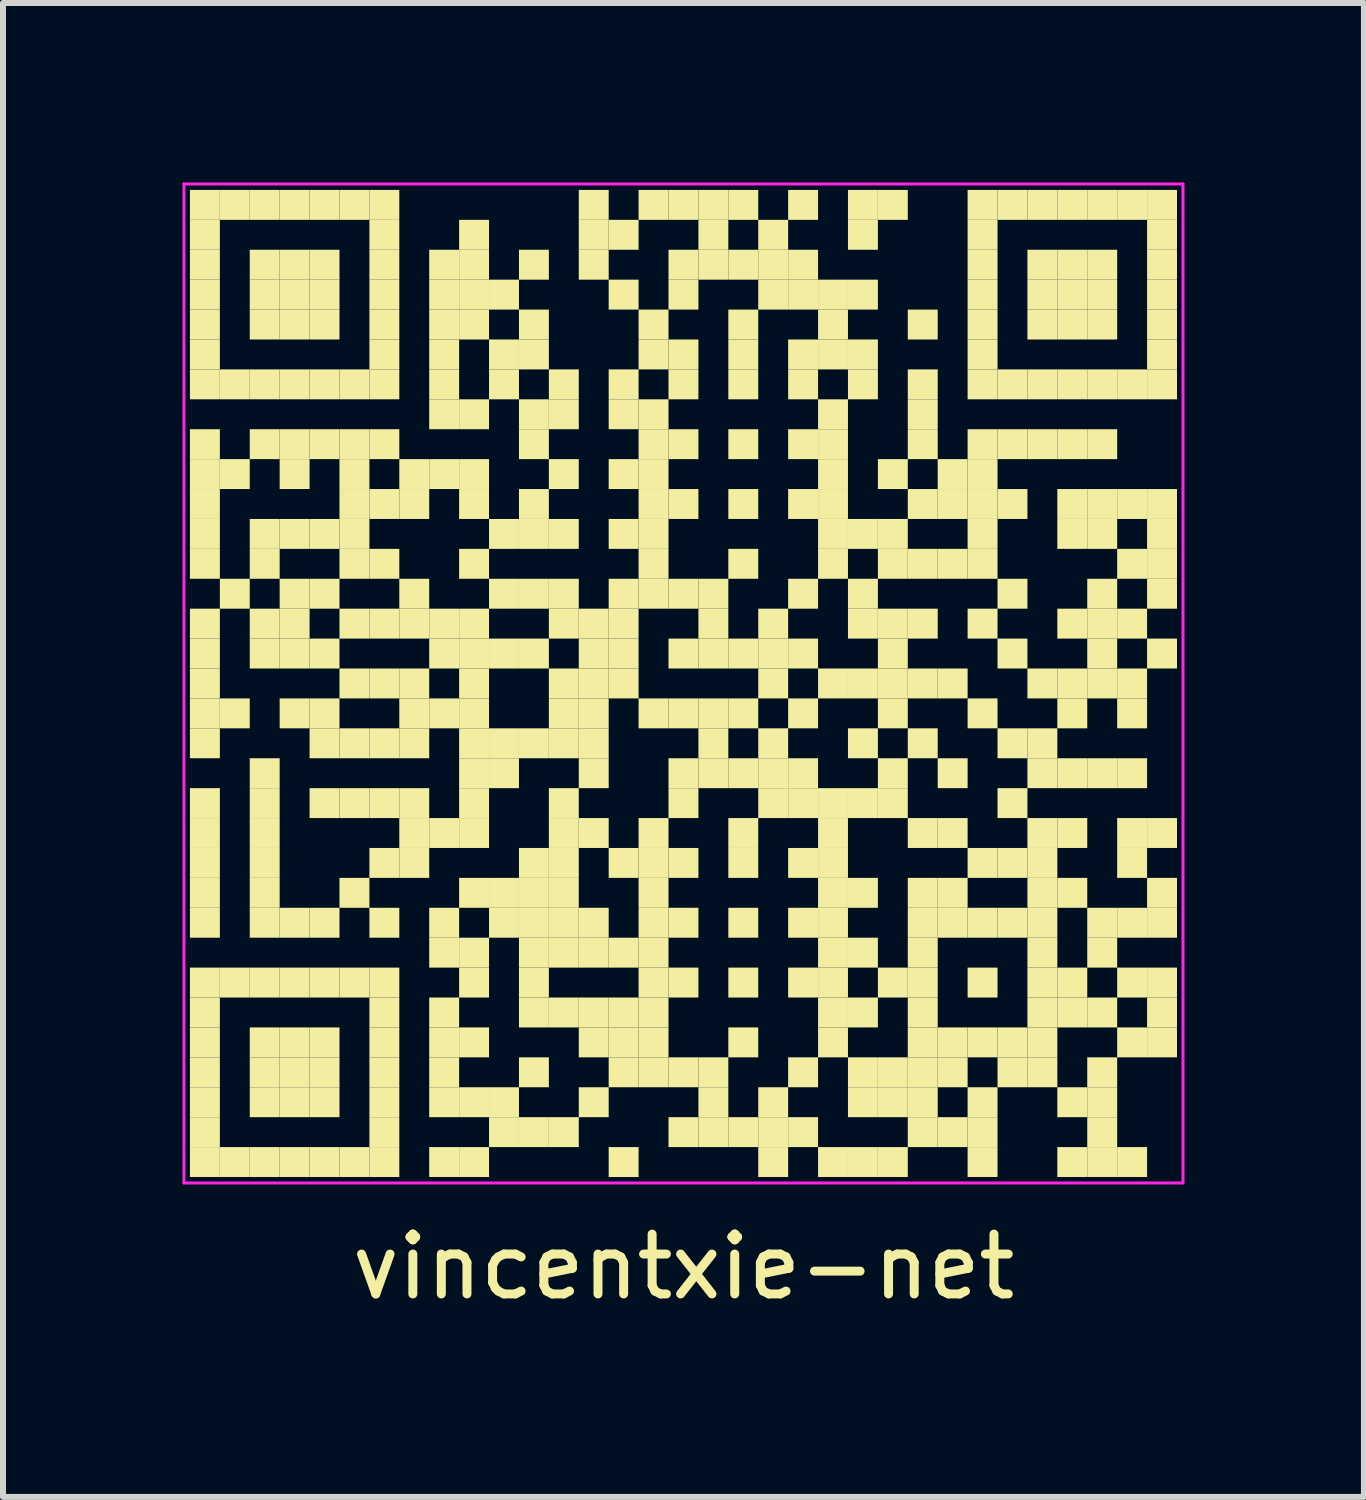
<source format=kicad_pcb>
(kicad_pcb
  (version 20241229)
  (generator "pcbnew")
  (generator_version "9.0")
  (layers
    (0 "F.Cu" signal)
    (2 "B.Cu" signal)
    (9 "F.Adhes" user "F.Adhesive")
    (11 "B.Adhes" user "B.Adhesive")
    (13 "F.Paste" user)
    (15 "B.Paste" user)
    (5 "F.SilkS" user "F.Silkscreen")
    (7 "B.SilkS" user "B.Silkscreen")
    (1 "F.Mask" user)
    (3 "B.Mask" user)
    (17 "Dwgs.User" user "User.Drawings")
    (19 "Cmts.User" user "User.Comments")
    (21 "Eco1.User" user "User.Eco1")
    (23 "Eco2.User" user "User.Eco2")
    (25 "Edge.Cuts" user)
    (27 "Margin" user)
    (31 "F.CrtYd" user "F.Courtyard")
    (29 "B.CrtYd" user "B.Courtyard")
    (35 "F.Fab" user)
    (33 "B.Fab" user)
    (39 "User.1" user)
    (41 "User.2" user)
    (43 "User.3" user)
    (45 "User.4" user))
  (footprint "vincentxie-net"
    (layer "F.Cu")
    (at 8.375 8.375)
    (property "Reference" "vincentxie-net" (at 0 9.75 0) (layer "F.SilkS") (effects (font (size 1 1) (thickness 0.15))))
    (fp_rect (start -8.25 -8.25) (end -7.75 -7.75) (stroke (width 0) (type default)) (fill yes) (layer "F.SilkS"))
    (fp_rect (start -8.25 -7.75) (end -7.75 -7.25) (stroke (width 0) (type default)) (fill yes) (layer "F.SilkS"))
    (fp_rect (start -8.25 -7.25) (end -7.75 -6.75) (stroke (width 0) (type default)) (fill yes) (layer "F.SilkS"))
    (fp_rect (start -8.25 -6.75) (end -7.75 -6.25) (stroke (width 0) (type default)) (fill yes) (layer "F.SilkS"))
    (fp_rect (start -8.25 -6.25) (end -7.75 -5.75) (stroke (width 0) (type default)) (fill yes) (layer "F.SilkS"))
    (fp_rect (start -8.25 -5.75) (end -7.75 -5.25) (stroke (width 0) (type default)) (fill yes) (layer "F.SilkS"))
    (fp_rect (start -8.25 -5.25) (end -7.75 -4.75) (stroke (width 0) (type default)) (fill yes) (layer "F.SilkS"))
    (fp_rect (start -8.25 -4.25) (end -7.75 -3.75) (stroke (width 0) (type default)) (fill yes) (layer "F.SilkS"))
    (fp_rect (start -8.25 -3.75) (end -7.75 -3.25) (stroke (width 0) (type default)) (fill yes) (layer "F.SilkS"))
    (fp_rect (start -8.25 -3.25) (end -7.75 -2.75) (stroke (width 0) (type default)) (fill yes) (layer "F.SilkS"))
    (fp_rect (start -8.25 -2.75) (end -7.75 -2.25) (stroke (width 0) (type default)) (fill yes) (layer "F.SilkS"))
    (fp_rect (start -8.25 -2.25) (end -7.75 -1.75) (stroke (width 0) (type default)) (fill yes) (layer "F.SilkS"))
    (fp_rect (start -8.25 -1.25) (end -7.75 -0.75) (stroke (width 0) (type default)) (fill yes) (layer "F.SilkS"))
    (fp_rect (start -8.25 -0.75) (end -7.75 -0.25) (stroke (width 0) (type default)) (fill yes) (layer "F.SilkS"))
    (fp_rect (start -8.25 -0.25) (end -7.75 0.25) (stroke (width 0) (type default)) (fill yes) (layer "F.SilkS"))
    (fp_rect (start -8.25 0.25) (end -7.75 0.75) (stroke (width 0) (type default)) (fill yes) (layer "F.SilkS"))
    (fp_rect (start -8.25 0.75) (end -7.75 1.25) (stroke (width 0) (type default)) (fill yes) (layer "F.SilkS"))
    (fp_rect (start -8.25 1.75) (end -7.75 2.25) (stroke (width 0) (type default)) (fill yes) (layer "F.SilkS"))
    (fp_rect (start -8.25 2.25) (end -7.75 2.75) (stroke (width 0) (type default)) (fill yes) (layer "F.SilkS"))
    (fp_rect (start -8.25 2.75) (end -7.75 3.25) (stroke (width 0) (type default)) (fill yes) (layer "F.SilkS"))
    (fp_rect (start -8.25 3.25) (end -7.75 3.75) (stroke (width 0) (type default)) (fill yes) (layer "F.SilkS"))
    (fp_rect (start -8.25 3.75) (end -7.75 4.25) (stroke (width 0) (type default)) (fill yes) (layer "F.SilkS"))
    (fp_rect (start -8.25 4.75) (end -7.75 5.25) (stroke (width 0) (type default)) (fill yes) (layer "F.SilkS"))
    (fp_rect (start -8.25 5.25) (end -7.75 5.75) (stroke (width 0) (type default)) (fill yes) (layer "F.SilkS"))
    (fp_rect (start -8.25 5.75) (end -7.75 6.25) (stroke (width 0) (type default)) (fill yes) (layer "F.SilkS"))
    (fp_rect (start -8.25 6.25) (end -7.75 6.75) (stroke (width 0) (type default)) (fill yes) (layer "F.SilkS"))
    (fp_rect (start -8.25 6.75) (end -7.75 7.25) (stroke (width 0) (type default)) (fill yes) (layer "F.SilkS"))
    (fp_rect (start -8.25 7.25) (end -7.75 7.75) (stroke (width 0) (type default)) (fill yes) (layer "F.SilkS"))
    (fp_rect (start -8.25 7.75) (end -7.75 8.25) (stroke (width 0) (type default)) (fill yes) (layer "F.SilkS"))
    (fp_rect (start -7.75 -8.25) (end -7.25 -7.75) (stroke (width 0) (type default)) (fill yes) (layer "F.SilkS"))
    (fp_rect (start -7.75 -5.25) (end -7.25 -4.75) (stroke (width 0) (type default)) (fill yes) (layer "F.SilkS"))
    (fp_rect (start -7.75 -3.75) (end -7.25 -3.25) (stroke (width 0) (type default)) (fill yes) (layer "F.SilkS"))
    (fp_rect (start -7.75 -1.75) (end -7.25 -1.25) (stroke (width 0) (type default)) (fill yes) (layer "F.SilkS"))
    (fp_rect (start -7.75 0.25) (end -7.25 0.75) (stroke (width 0) (type default)) (fill yes) (layer "F.SilkS"))
    (fp_rect (start -7.75 4.75) (end -7.25 5.25) (stroke (width 0) (type default)) (fill yes) (layer "F.SilkS"))
    (fp_rect (start -7.75 7.75) (end -7.25 8.25) (stroke (width 0) (type default)) (fill yes) (layer "F.SilkS"))
    (fp_rect (start -7.25 -8.25) (end -6.75 -7.75) (stroke (width 0) (type default)) (fill yes) (layer "F.SilkS"))
    (fp_rect (start -7.25 -7.25) (end -6.75 -6.75) (stroke (width 0) (type default)) (fill yes) (layer "F.SilkS"))
    (fp_rect (start -7.25 -6.75) (end -6.75 -6.25) (stroke (width 0) (type default)) (fill yes) (layer "F.SilkS"))
    (fp_rect (start -7.25 -6.25) (end -6.75 -5.75) (stroke (width 0) (type default)) (fill yes) (layer "F.SilkS"))
    (fp_rect (start -7.25 -5.25) (end -6.75 -4.75) (stroke (width 0) (type default)) (fill yes) (layer "F.SilkS"))
    (fp_rect (start -7.25 -4.25) (end -6.75 -3.75) (stroke (width 0) (type default)) (fill yes) (layer "F.SilkS"))
    (fp_rect (start -7.25 -2.75) (end -6.75 -2.25) (stroke (width 0) (type default)) (fill yes) (layer "F.SilkS"))
    (fp_rect (start -7.25 -2.25) (end -6.75 -1.75) (stroke (width 0) (type default)) (fill yes) (layer "F.SilkS"))
    (fp_rect (start -7.25 -1.25) (end -6.75 -0.75) (stroke (width 0) (type default)) (fill yes) (layer "F.SilkS"))
    (fp_rect (start -7.25 -0.75) (end -6.75 -0.25) (stroke (width 0) (type default)) (fill yes) (layer "F.SilkS"))
    (fp_rect (start -7.25 1.25) (end -6.75 1.75) (stroke (width 0) (type default)) (fill yes) (layer "F.SilkS"))
    (fp_rect (start -7.25 1.75) (end -6.75 2.25) (stroke (width 0) (type default)) (fill yes) (layer "F.SilkS"))
    (fp_rect (start -7.25 2.25) (end -6.75 2.75) (stroke (width 0) (type default)) (fill yes) (layer "F.SilkS"))
    (fp_rect (start -7.25 2.75) (end -6.75 3.25) (stroke (width 0) (type default)) (fill yes) (layer "F.SilkS"))
    (fp_rect (start -7.25 3.25) (end -6.75 3.75) (stroke (width 0) (type default)) (fill yes) (layer "F.SilkS"))
    (fp_rect (start -7.25 3.75) (end -6.75 4.25) (stroke (width 0) (type default)) (fill yes) (layer "F.SilkS"))
    (fp_rect (start -7.25 4.75) (end -6.75 5.25) (stroke (width 0) (type default)) (fill yes) (layer "F.SilkS"))
    (fp_rect (start -7.25 5.75) (end -6.75 6.25) (stroke (width 0) (type default)) (fill yes) (layer "F.SilkS"))
    (fp_rect (start -7.25 6.25) (end -6.75 6.75) (stroke (width 0) (type default)) (fill yes) (layer "F.SilkS"))
    (fp_rect (start -7.25 6.75) (end -6.75 7.25) (stroke (width 0) (type default)) (fill yes) (layer "F.SilkS"))
    (fp_rect (start -7.25 7.75) (end -6.75 8.25) (stroke (width 0) (type default)) (fill yes) (layer "F.SilkS"))
    (fp_rect (start -6.75 -8.25) (end -6.25 -7.75) (stroke (width 0) (type default)) (fill yes) (layer "F.SilkS"))
    (fp_rect (start -6.75 -7.25) (end -6.25 -6.75) (stroke (width 0) (type default)) (fill yes) (layer "F.SilkS"))
    (fp_rect (start -6.75 -6.75) (end -6.25 -6.25) (stroke (width 0) (type default)) (fill yes) (layer "F.SilkS"))
    (fp_rect (start -6.75 -6.25) (end -6.25 -5.75) (stroke (width 0) (type default)) (fill yes) (layer "F.SilkS"))
    (fp_rect (start -6.75 -5.25) (end -6.25 -4.75) (stroke (width 0) (type default)) (fill yes) (layer "F.SilkS"))
    (fp_rect (start -6.75 -4.25) (end -6.25 -3.75) (stroke (width 0) (type default)) (fill yes) (layer "F.SilkS"))
    (fp_rect (start -6.75 -3.75) (end -6.25 -3.25) (stroke (width 0) (type default)) (fill yes) (layer "F.SilkS"))
    (fp_rect (start -6.75 -2.75) (end -6.25 -2.25) (stroke (width 0) (type default)) (fill yes) (layer "F.SilkS"))
    (fp_rect (start -6.75 -1.75) (end -6.25 -1.25) (stroke (width 0) (type default)) (fill yes) (layer "F.SilkS"))
    (fp_rect (start -6.75 -1.25) (end -6.25 -0.75) (stroke (width 0) (type default)) (fill yes) (layer "F.SilkS"))
    (fp_rect (start -6.75 -0.75) (end -6.25 -0.25) (stroke (width 0) (type default)) (fill yes) (layer "F.SilkS"))
    (fp_rect (start -6.75 0.25) (end -6.25 0.75) (stroke (width 0) (type default)) (fill yes) (layer "F.SilkS"))
    (fp_rect (start -6.75 3.75) (end -6.25 4.25) (stroke (width 0) (type default)) (fill yes) (layer "F.SilkS"))
    (fp_rect (start -6.75 4.75) (end -6.25 5.25) (stroke (width 0) (type default)) (fill yes) (layer "F.SilkS"))
    (fp_rect (start -6.75 5.75) (end -6.25 6.25) (stroke (width 0) (type default)) (fill yes) (layer "F.SilkS"))
    (fp_rect (start -6.75 6.25) (end -6.25 6.75) (stroke (width 0) (type default)) (fill yes) (layer "F.SilkS"))
    (fp_rect (start -6.75 6.75) (end -6.25 7.25) (stroke (width 0) (type default)) (fill yes) (layer "F.SilkS"))
    (fp_rect (start -6.75 7.75) (end -6.25 8.25) (stroke (width 0) (type default)) (fill yes) (layer "F.SilkS"))
    (fp_rect (start -6.25 -8.25) (end -5.75 -7.75) (stroke (width 0) (type default)) (fill yes) (layer "F.SilkS"))
    (fp_rect (start -6.25 -7.25) (end -5.75 -6.75) (stroke (width 0) (type default)) (fill yes) (layer "F.SilkS"))
    (fp_rect (start -6.25 -6.75) (end -5.75 -6.25) (stroke (width 0) (type default)) (fill yes) (layer "F.SilkS"))
    (fp_rect (start -6.25 -6.25) (end -5.75 -5.75) (stroke (width 0) (type default)) (fill yes) (layer "F.SilkS"))
    (fp_rect (start -6.25 -5.25) (end -5.75 -4.75) (stroke (width 0) (type default)) (fill yes) (layer "F.SilkS"))
    (fp_rect (start -6.25 -4.25) (end -5.75 -3.75) (stroke (width 0) (type default)) (fill yes) (layer "F.SilkS"))
    (fp_rect (start -6.25 -2.75) (end -5.75 -2.25) (stroke (width 0) (type default)) (fill yes) (layer "F.SilkS"))
    (fp_rect (start -6.25 -1.75) (end -5.75 -1.25) (stroke (width 0) (type default)) (fill yes) (layer "F.SilkS"))
    (fp_rect (start -6.25 -0.75) (end -5.75 -0.25) (stroke (width 0) (type default)) (fill yes) (layer "F.SilkS"))
    (fp_rect (start -6.25 0.25) (end -5.75 0.75) (stroke (width 0) (type default)) (fill yes) (layer "F.SilkS"))
    (fp_rect (start -6.25 0.75) (end -5.75 1.25) (stroke (width 0) (type default)) (fill yes) (layer "F.SilkS"))
    (fp_rect (start -6.25 1.75) (end -5.75 2.25) (stroke (width 0) (type default)) (fill yes) (layer "F.SilkS"))
    (fp_rect (start -6.25 3.75) (end -5.75 4.25) (stroke (width 0) (type default)) (fill yes) (layer "F.SilkS"))
    (fp_rect (start -6.25 4.75) (end -5.75 5.25) (stroke (width 0) (type default)) (fill yes) (layer "F.SilkS"))
    (fp_rect (start -6.25 5.75) (end -5.75 6.25) (stroke (width 0) (type default)) (fill yes) (layer "F.SilkS"))
    (fp_rect (start -6.25 6.25) (end -5.75 6.75) (stroke (width 0) (type default)) (fill yes) (layer "F.SilkS"))
    (fp_rect (start -6.25 6.75) (end -5.75 7.25) (stroke (width 0) (type default)) (fill yes) (layer "F.SilkS"))
    (fp_rect (start -6.25 7.75) (end -5.75 8.25) (stroke (width 0) (type default)) (fill yes) (layer "F.SilkS"))
    (fp_rect (start -5.75 -8.25) (end -5.25 -7.75) (stroke (width 0) (type default)) (fill yes) (layer "F.SilkS"))
    (fp_rect (start -5.75 -5.25) (end -5.25 -4.75) (stroke (width 0) (type default)) (fill yes) (layer "F.SilkS"))
    (fp_rect (start -5.75 -4.25) (end -5.25 -3.75) (stroke (width 0) (type default)) (fill yes) (layer "F.SilkS"))
    (fp_rect (start -5.75 -3.75) (end -5.25 -3.25) (stroke (width 0) (type default)) (fill yes) (layer "F.SilkS"))
    (fp_rect (start -5.75 -3.25) (end -5.25 -2.75) (stroke (width 0) (type default)) (fill yes) (layer "F.SilkS"))
    (fp_rect (start -5.75 -2.75) (end -5.25 -2.25) (stroke (width 0) (type default)) (fill yes) (layer "F.SilkS"))
    (fp_rect (start -5.75 -2.25) (end -5.25 -1.75) (stroke (width 0) (type default)) (fill yes) (layer "F.SilkS"))
    (fp_rect (start -5.75 -1.25) (end -5.25 -0.75) (stroke (width 0) (type default)) (fill yes) (layer "F.SilkS"))
    (fp_rect (start -5.75 -0.25) (end -5.25 0.25) (stroke (width 0) (type default)) (fill yes) (layer "F.SilkS"))
    (fp_rect (start -5.75 0.75) (end -5.25 1.25) (stroke (width 0) (type default)) (fill yes) (layer "F.SilkS"))
    (fp_rect (start -5.75 1.75) (end -5.25 2.25) (stroke (width 0) (type default)) (fill yes) (layer "F.SilkS"))
    (fp_rect (start -5.75 3.25) (end -5.25 3.75) (stroke (width 0) (type default)) (fill yes) (layer "F.SilkS"))
    (fp_rect (start -5.75 4.75) (end -5.25 5.25) (stroke (width 0) (type default)) (fill yes) (layer "F.SilkS"))
    (fp_rect (start -5.75 7.75) (end -5.25 8.25) (stroke (width 0) (type default)) (fill yes) (layer "F.SilkS"))
    (fp_rect (start -5.25 -8.25) (end -4.75 -7.75) (stroke (width 0) (type default)) (fill yes) (layer "F.SilkS"))
    (fp_rect (start -5.25 -7.75) (end -4.75 -7.25) (stroke (width 0) (type default)) (fill yes) (layer "F.SilkS"))
    (fp_rect (start -5.25 -7.25) (end -4.75 -6.75) (stroke (width 0) (type default)) (fill yes) (layer "F.SilkS"))
    (fp_rect (start -5.25 -6.75) (end -4.75 -6.25) (stroke (width 0) (type default)) (fill yes) (layer "F.SilkS"))
    (fp_rect (start -5.25 -6.25) (end -4.75 -5.75) (stroke (width 0) (type default)) (fill yes) (layer "F.SilkS"))
    (fp_rect (start -5.25 -5.75) (end -4.75 -5.25) (stroke (width 0) (type default)) (fill yes) (layer "F.SilkS"))
    (fp_rect (start -5.25 -5.25) (end -4.75 -4.75) (stroke (width 0) (type default)) (fill yes) (layer "F.SilkS"))
    (fp_rect (start -5.25 -4.25) (end -4.75 -3.75) (stroke (width 0) (type default)) (fill yes) (layer "F.SilkS"))
    (fp_rect (start -5.25 -3.25) (end -4.75 -2.75) (stroke (width 0) (type default)) (fill yes) (layer "F.SilkS"))
    (fp_rect (start -5.25 -2.25) (end -4.75 -1.75) (stroke (width 0) (type default)) (fill yes) (layer "F.SilkS"))
    (fp_rect (start -5.25 -1.25) (end -4.75 -0.75) (stroke (width 0) (type default)) (fill yes) (layer "F.SilkS"))
    (fp_rect (start -5.25 -0.25) (end -4.75 0.25) (stroke (width 0) (type default)) (fill yes) (layer "F.SilkS"))
    (fp_rect (start -5.25 0.75) (end -4.75 1.25) (stroke (width 0) (type default)) (fill yes) (layer "F.SilkS"))
    (fp_rect (start -5.25 1.75) (end -4.75 2.25) (stroke (width 0) (type default)) (fill yes) (layer "F.SilkS"))
    (fp_rect (start -5.25 2.75) (end -4.75 3.25) (stroke (width 0) (type default)) (fill yes) (layer "F.SilkS"))
    (fp_rect (start -5.25 3.75) (end -4.75 4.25) (stroke (width 0) (type default)) (fill yes) (layer "F.SilkS"))
    (fp_rect (start -5.25 4.75) (end -4.75 5.25) (stroke (width 0) (type default)) (fill yes) (layer "F.SilkS"))
    (fp_rect (start -5.25 5.25) (end -4.75 5.75) (stroke (width 0) (type default)) (fill yes) (layer "F.SilkS"))
    (fp_rect (start -5.25 5.75) (end -4.75 6.25) (stroke (width 0) (type default)) (fill yes) (layer "F.SilkS"))
    (fp_rect (start -5.25 6.25) (end -4.75 6.75) (stroke (width 0) (type default)) (fill yes) (layer "F.SilkS"))
    (fp_rect (start -5.25 6.75) (end -4.75 7.25) (stroke (width 0) (type default)) (fill yes) (layer "F.SilkS"))
    (fp_rect (start -5.25 7.25) (end -4.75 7.75) (stroke (width 0) (type default)) (fill yes) (layer "F.SilkS"))
    (fp_rect (start -5.25 7.75) (end -4.75 8.25) (stroke (width 0) (type default)) (fill yes) (layer "F.SilkS"))
    (fp_rect (start -4.75 -3.75) (end -4.25 -3.25) (stroke (width 0) (type default)) (fill yes) (layer "F.SilkS"))
    (fp_rect (start -4.75 -3.25) (end -4.25 -2.75) (stroke (width 0) (type default)) (fill yes) (layer "F.SilkS"))
    (fp_rect (start -4.75 -1.75) (end -4.25 -1.25) (stroke (width 0) (type default)) (fill yes) (layer "F.SilkS"))
    (fp_rect (start -4.75 -1.25) (end -4.25 -0.75) (stroke (width 0) (type default)) (fill yes) (layer "F.SilkS"))
    (fp_rect (start -4.75 -0.25) (end -4.25 0.25) (stroke (width 0) (type default)) (fill yes) (layer "F.SilkS"))
    (fp_rect (start -4.75 0.25) (end -4.25 0.75) (stroke (width 0) (type default)) (fill yes) (layer "F.SilkS"))
    (fp_rect (start -4.75 0.75) (end -4.25 1.25) (stroke (width 0) (type default)) (fill yes) (layer "F.SilkS"))
    (fp_rect (start -4.75 1.75) (end -4.25 2.25) (stroke (width 0) (type default)) (fill yes) (layer "F.SilkS"))
    (fp_rect (start -4.75 2.25) (end -4.25 2.75) (stroke (width 0) (type default)) (fill yes) (layer "F.SilkS"))
    (fp_rect (start -4.75 2.75) (end -4.25 3.25) (stroke (width 0) (type default)) (fill yes) (layer "F.SilkS"))
    (fp_rect (start -4.25 -7.25) (end -3.75 -6.75) (stroke (width 0) (type default)) (fill yes) (layer "F.SilkS"))
    (fp_rect (start -4.25 -6.75) (end -3.75 -6.25) (stroke (width 0) (type default)) (fill yes) (layer "F.SilkS"))
    (fp_rect (start -4.25 -6.25) (end -3.75 -5.75) (stroke (width 0) (type default)) (fill yes) (layer "F.SilkS"))
    (fp_rect (start -4.25 -5.75) (end -3.75 -5.25) (stroke (width 0) (type default)) (fill yes) (layer "F.SilkS"))
    (fp_rect (start -4.25 -5.25) (end -3.75 -4.75) (stroke (width 0) (type default)) (fill yes) (layer "F.SilkS"))
    (fp_rect (start -4.25 -4.75) (end -3.75 -4.25) (stroke (width 0) (type default)) (fill yes) (layer "F.SilkS"))
    (fp_rect (start -4.25 -3.75) (end -3.75 -3.25) (stroke (width 0) (type default)) (fill yes) (layer "F.SilkS"))
    (fp_rect (start -4.25 -1.25) (end -3.75 -0.75) (stroke (width 0) (type default)) (fill yes) (layer "F.SilkS"))
    (fp_rect (start -4.25 -0.75) (end -3.75 -0.25) (stroke (width 0) (type default)) (fill yes) (layer "F.SilkS"))
    (fp_rect (start -4.25 0.25) (end -3.75 0.75) (stroke (width 0) (type default)) (fill yes) (layer "F.SilkS"))
    (fp_rect (start -4.25 2.25) (end -3.75 2.75) (stroke (width 0) (type default)) (fill yes) (layer "F.SilkS"))
    (fp_rect (start -4.25 3.75) (end -3.75 4.25) (stroke (width 0) (type default)) (fill yes) (layer "F.SilkS"))
    (fp_rect (start -4.25 4.25) (end -3.75 4.75) (stroke (width 0) (type default)) (fill yes) (layer "F.SilkS"))
    (fp_rect (start -4.25 5.25) (end -3.75 5.75) (stroke (width 0) (type default)) (fill yes) (layer "F.SilkS"))
    (fp_rect (start -4.25 5.75) (end -3.75 6.25) (stroke (width 0) (type default)) (fill yes) (layer "F.SilkS"))
    (fp_rect (start -4.25 6.25) (end -3.75 6.75) (stroke (width 0) (type default)) (fill yes) (layer "F.SilkS"))
    (fp_rect (start -4.25 6.75) (end -3.75 7.25) (stroke (width 0) (type default)) (fill yes) (layer "F.SilkS"))
    (fp_rect (start -4.25 7.75) (end -3.75 8.25) (stroke (width 0) (type default)) (fill yes) (layer "F.SilkS"))
    (fp_rect (start -3.75 -7.75) (end -3.25 -7.25) (stroke (width 0) (type default)) (fill yes) (layer "F.SilkS"))
    (fp_rect (start -3.75 -7.25) (end -3.25 -6.75) (stroke (width 0) (type default)) (fill yes) (layer "F.SilkS"))
    (fp_rect (start -3.75 -6.75) (end -3.25 -6.25) (stroke (width 0) (type default)) (fill yes) (layer "F.SilkS"))
    (fp_rect (start -3.75 -6.25) (end -3.25 -5.75) (stroke (width 0) (type default)) (fill yes) (layer "F.SilkS"))
    (fp_rect (start -3.75 -4.75) (end -3.25 -4.25) (stroke (width 0) (type default)) (fill yes) (layer "F.SilkS"))
    (fp_rect (start -3.75 -3.75) (end -3.25 -3.25) (stroke (width 0) (type default)) (fill yes) (layer "F.SilkS"))
    (fp_rect (start -3.75 -3.25) (end -3.25 -2.75) (stroke (width 0) (type default)) (fill yes) (layer "F.SilkS"))
    (fp_rect (start -3.75 -2.25) (end -3.25 -1.75) (stroke (width 0) (type default)) (fill yes) (layer "F.SilkS"))
    (fp_rect (start -3.75 -1.25) (end -3.25 -0.75) (stroke (width 0) (type default)) (fill yes) (layer "F.SilkS"))
    (fp_rect (start -3.75 -0.75) (end -3.25 -0.25) (stroke (width 0) (type default)) (fill yes) (layer "F.SilkS"))
    (fp_rect (start -3.75 -0.25) (end -3.25 0.25) (stroke (width 0) (type default)) (fill yes) (layer "F.SilkS"))
    (fp_rect (start -3.75 0.25) (end -3.25 0.75) (stroke (width 0) (type default)) (fill yes) (layer "F.SilkS"))
    (fp_rect (start -3.75 0.75) (end -3.25 1.25) (stroke (width 0) (type default)) (fill yes) (layer "F.SilkS"))
    (fp_rect (start -3.75 1.25) (end -3.25 1.75) (stroke (width 0) (type default)) (fill yes) (layer "F.SilkS"))
    (fp_rect (start -3.75 1.75) (end -3.25 2.25) (stroke (width 0) (type default)) (fill yes) (layer "F.SilkS"))
    (fp_rect (start -3.75 2.25) (end -3.25 2.75) (stroke (width 0) (type default)) (fill yes) (layer "F.SilkS"))
    (fp_rect (start -3.75 3.25) (end -3.25 3.75) (stroke (width 0) (type default)) (fill yes) (layer "F.SilkS"))
    (fp_rect (start -3.75 4.25) (end -3.25 4.75) (stroke (width 0) (type default)) (fill yes) (layer "F.SilkS"))
    (fp_rect (start -3.75 4.75) (end -3.25 5.25) (stroke (width 0) (type default)) (fill yes) (layer "F.SilkS"))
    (fp_rect (start -3.75 5.75) (end -3.25 6.25) (stroke (width 0) (type default)) (fill yes) (layer "F.SilkS"))
    (fp_rect (start -3.75 6.75) (end -3.25 7.25) (stroke (width 0) (type default)) (fill yes) (layer "F.SilkS"))
    (fp_rect (start -3.75 7.75) (end -3.25 8.25) (stroke (width 0) (type default)) (fill yes) (layer "F.SilkS"))
    (fp_rect (start -3.25 -6.75) (end -2.75 -6.25) (stroke (width 0) (type default)) (fill yes) (layer "F.SilkS"))
    (fp_rect (start -3.25 -5.75) (end -2.75 -5.25) (stroke (width 0) (type default)) (fill yes) (layer "F.SilkS"))
    (fp_rect (start -3.25 -5.25) (end -2.75 -4.75) (stroke (width 0) (type default)) (fill yes) (layer "F.SilkS"))
    (fp_rect (start -3.25 -2.75) (end -2.75 -2.25) (stroke (width 0) (type default)) (fill yes) (layer "F.SilkS"))
    (fp_rect (start -3.25 -1.75) (end -2.75 -1.25) (stroke (width 0) (type default)) (fill yes) (layer "F.SilkS"))
    (fp_rect (start -3.25 -0.75) (end -2.75 -0.25) (stroke (width 0) (type default)) (fill yes) (layer "F.SilkS"))
    (fp_rect (start -3.25 0.75) (end -2.75 1.25) (stroke (width 0) (type default)) (fill yes) (layer "F.SilkS"))
    (fp_rect (start -3.25 1.25) (end -2.75 1.75) (stroke (width 0) (type default)) (fill yes) (layer "F.SilkS"))
    (fp_rect (start -3.25 3.25) (end -2.75 3.75) (stroke (width 0) (type default)) (fill yes) (layer "F.SilkS"))
    (fp_rect (start -3.25 3.75) (end -2.75 4.25) (stroke (width 0) (type default)) (fill yes) (layer "F.SilkS"))
    (fp_rect (start -3.25 6.75) (end -2.75 7.25) (stroke (width 0) (type default)) (fill yes) (layer "F.SilkS"))
    (fp_rect (start -3.25 7.25) (end -2.75 7.75) (stroke (width 0) (type default)) (fill yes) (layer "F.SilkS"))
    (fp_rect (start -2.75 -7.25) (end -2.25 -6.75) (stroke (width 0) (type default)) (fill yes) (layer "F.SilkS"))
    (fp_rect (start -2.75 -6.25) (end -2.25 -5.75) (stroke (width 0) (type default)) (fill yes) (layer "F.SilkS"))
    (fp_rect (start -2.75 -5.75) (end -2.25 -5.25) (stroke (width 0) (type default)) (fill yes) (layer "F.SilkS"))
    (fp_rect (start -2.75 -4.75) (end -2.25 -4.25) (stroke (width 0) (type default)) (fill yes) (layer "F.SilkS"))
    (fp_rect (start -2.75 -4.25) (end -2.25 -3.75) (stroke (width 0) (type default)) (fill yes) (layer "F.SilkS"))
    (fp_rect (start -2.75 -3.25) (end -2.25 -2.75) (stroke (width 0) (type default)) (fill yes) (layer "F.SilkS"))
    (fp_rect (start -2.75 -2.75) (end -2.25 -2.25) (stroke (width 0) (type default)) (fill yes) (layer "F.SilkS"))
    (fp_rect (start -2.75 -1.75) (end -2.25 -1.25) (stroke (width 0) (type default)) (fill yes) (layer "F.SilkS"))
    (fp_rect (start -2.75 -0.75) (end -2.25 -0.25) (stroke (width 0) (type default)) (fill yes) (layer "F.SilkS"))
    (fp_rect (start -2.75 0.75) (end -2.25 1.25) (stroke (width 0) (type default)) (fill yes) (layer "F.SilkS"))
    (fp_rect (start -2.75 2.75) (end -2.25 3.25) (stroke (width 0) (type default)) (fill yes) (layer "F.SilkS"))
    (fp_rect (start -2.75 3.25) (end -2.25 3.75) (stroke (width 0) (type default)) (fill yes) (layer "F.SilkS"))
    (fp_rect (start -2.75 3.75) (end -2.25 4.25) (stroke (width 0) (type default)) (fill yes) (layer "F.SilkS"))
    (fp_rect (start -2.75 4.25) (end -2.25 4.75) (stroke (width 0) (type default)) (fill yes) (layer "F.SilkS"))
    (fp_rect (start -2.75 4.75) (end -2.25 5.25) (stroke (width 0) (type default)) (fill yes) (layer "F.SilkS"))
    (fp_rect (start -2.75 5.25) (end -2.25 5.75) (stroke (width 0) (type default)) (fill yes) (layer "F.SilkS"))
    (fp_rect (start -2.75 6.25) (end -2.25 6.75) (stroke (width 0) (type default)) (fill yes) (layer "F.SilkS"))
    (fp_rect (start -2.75 7.25) (end -2.25 7.75) (stroke (width 0) (type default)) (fill yes) (layer "F.SilkS"))
    (fp_rect (start -2.25 -5.25) (end -1.75 -4.75) (stroke (width 0) (type default)) (fill yes) (layer "F.SilkS"))
    (fp_rect (start -2.25 -4.75) (end -1.75 -4.25) (stroke (width 0) (type default)) (fill yes) (layer "F.SilkS"))
    (fp_rect (start -2.25 -3.75) (end -1.75 -3.25) (stroke (width 0) (type default)) (fill yes) (layer "F.SilkS"))
    (fp_rect (start -2.25 -2.75) (end -1.75 -2.25) (stroke (width 0) (type default)) (fill yes) (layer "F.SilkS"))
    (fp_rect (start -2.25 -1.75) (end -1.75 -1.25) (stroke (width 0) (type default)) (fill yes) (layer "F.SilkS"))
    (fp_rect (start -2.25 -1.25) (end -1.75 -0.75) (stroke (width 0) (type default)) (fill yes) (layer "F.SilkS"))
    (fp_rect (start -2.25 -0.25) (end -1.75 0.25) (stroke (width 0) (type default)) (fill yes) (layer "F.SilkS"))
    (fp_rect (start -2.25 0.25) (end -1.75 0.75) (stroke (width 0) (type default)) (fill yes) (layer "F.SilkS"))
    (fp_rect (start -2.25 0.75) (end -1.75 1.25) (stroke (width 0) (type default)) (fill yes) (layer "F.SilkS"))
    (fp_rect (start -2.25 1.75) (end -1.75 2.25) (stroke (width 0) (type default)) (fill yes) (layer "F.SilkS"))
    (fp_rect (start -2.25 2.25) (end -1.75 2.75) (stroke (width 0) (type default)) (fill yes) (layer "F.SilkS"))
    (fp_rect (start -2.25 2.75) (end -1.75 3.25) (stroke (width 0) (type default)) (fill yes) (layer "F.SilkS"))
    (fp_rect (start -2.25 3.25) (end -1.75 3.75) (stroke (width 0) (type default)) (fill yes) (layer "F.SilkS"))
    (fp_rect (start -2.25 3.75) (end -1.75 4.25) (stroke (width 0) (type default)) (fill yes) (layer "F.SilkS"))
    (fp_rect (start -2.25 4.25) (end -1.75 4.75) (stroke (width 0) (type default)) (fill yes) (layer "F.SilkS"))
    (fp_rect (start -2.25 5.25) (end -1.75 5.75) (stroke (width 0) (type default)) (fill yes) (layer "F.SilkS"))
    (fp_rect (start -2.25 7.25) (end -1.75 7.75) (stroke (width 0) (type default)) (fill yes) (layer "F.SilkS"))
    (fp_rect (start -1.75 -8.25) (end -1.25 -7.75) (stroke (width 0) (type default)) (fill yes) (layer "F.SilkS"))
    (fp_rect (start -1.75 -7.75) (end -1.25 -7.25) (stroke (width 0) (type default)) (fill yes) (layer "F.SilkS"))
    (fp_rect (start -1.75 -7.25) (end -1.25 -6.75) (stroke (width 0) (type default)) (fill yes) (layer "F.SilkS"))
    (fp_rect (start -1.75 -1.25) (end -1.25 -0.75) (stroke (width 0) (type default)) (fill yes) (layer "F.SilkS"))
    (fp_rect (start -1.75 -0.75) (end -1.25 -0.25) (stroke (width 0) (type default)) (fill yes) (layer "F.SilkS"))
    (fp_rect (start -1.75 -0.25) (end -1.25 0.25) (stroke (width 0) (type default)) (fill yes) (layer "F.SilkS"))
    (fp_rect (start -1.75 0.25) (end -1.25 0.75) (stroke (width 0) (type default)) (fill yes) (layer "F.SilkS"))
    (fp_rect (start -1.75 0.75) (end -1.25 1.25) (stroke (width 0) (type default)) (fill yes) (layer "F.SilkS"))
    (fp_rect (start -1.75 1.25) (end -1.25 1.75) (stroke (width 0) (type default)) (fill yes) (layer "F.SilkS"))
    (fp_rect (start -1.75 2.25) (end -1.25 2.75) (stroke (width 0) (type default)) (fill yes) (layer "F.SilkS"))
    (fp_rect (start -1.75 3.75) (end -1.25 4.25) (stroke (width 0) (type default)) (fill yes) (layer "F.SilkS"))
    (fp_rect (start -1.75 4.25) (end -1.25 4.75) (stroke (width 0) (type default)) (fill yes) (layer "F.SilkS"))
    (fp_rect (start -1.75 5.25) (end -1.25 5.75) (stroke (width 0) (type default)) (fill yes) (layer "F.SilkS"))
    (fp_rect (start -1.75 5.75) (end -1.25 6.25) (stroke (width 0) (type default)) (fill yes) (layer "F.SilkS"))
    (fp_rect (start -1.75 6.75) (end -1.25 7.25) (stroke (width 0) (type default)) (fill yes) (layer "F.SilkS"))
    (fp_rect (start -1.25 -7.75) (end -0.75 -7.25) (stroke (width 0) (type default)) (fill yes) (layer "F.SilkS"))
    (fp_rect (start -1.25 -6.75) (end -0.75 -6.25) (stroke (width 0) (type default)) (fill yes) (layer "F.SilkS"))
    (fp_rect (start -1.25 -5.25) (end -0.75 -4.75) (stroke (width 0) (type default)) (fill yes) (layer "F.SilkS"))
    (fp_rect (start -1.25 -4.75) (end -0.75 -4.25) (stroke (width 0) (type default)) (fill yes) (layer "F.SilkS"))
    (fp_rect (start -1.25 -3.75) (end -0.75 -3.25) (stroke (width 0) (type default)) (fill yes) (layer "F.SilkS"))
    (fp_rect (start -1.25 -2.75) (end -0.75 -2.25) (stroke (width 0) (type default)) (fill yes) (layer "F.SilkS"))
    (fp_rect (start -1.25 -1.75) (end -0.75 -1.25) (stroke (width 0) (type default)) (fill yes) (layer "F.SilkS"))
    (fp_rect (start -1.25 -1.25) (end -0.75 -0.75) (stroke (width 0) (type default)) (fill yes) (layer "F.SilkS"))
    (fp_rect (start -1.25 -0.75) (end -0.75 -0.25) (stroke (width 0) (type default)) (fill yes) (layer "F.SilkS"))
    (fp_rect (start -1.25 -0.25) (end -0.75 0.25) (stroke (width 0) (type default)) (fill yes) (layer "F.SilkS"))
    (fp_rect (start -1.25 2.75) (end -0.75 3.25) (stroke (width 0) (type default)) (fill yes) (layer "F.SilkS"))
    (fp_rect (start -1.25 4.25) (end -0.75 4.75) (stroke (width 0) (type default)) (fill yes) (layer "F.SilkS"))
    (fp_rect (start -1.25 5.25) (end -0.75 5.75) (stroke (width 0) (type default)) (fill yes) (layer "F.SilkS"))
    (fp_rect (start -1.25 5.75) (end -0.75 6.25) (stroke (width 0) (type default)) (fill yes) (layer "F.SilkS"))
    (fp_rect (start -1.25 6.25) (end -0.75 6.75) (stroke (width 0) (type default)) (fill yes) (layer "F.SilkS"))
    (fp_rect (start -1.25 7.75) (end -0.75 8.25) (stroke (width 0) (type default)) (fill yes) (layer "F.SilkS"))
    (fp_rect (start -0.75 -8.25) (end -0.25 -7.75) (stroke (width 0) (type default)) (fill yes) (layer "F.SilkS"))
    (fp_rect (start -0.75 -6.25) (end -0.25 -5.75) (stroke (width 0) (type default)) (fill yes) (layer "F.SilkS"))
    (fp_rect (start -0.75 -5.75) (end -0.25 -5.25) (stroke (width 0) (type default)) (fill yes) (layer "F.SilkS"))
    (fp_rect (start -0.75 -4.75) (end -0.25 -4.25) (stroke (width 0) (type default)) (fill yes) (layer "F.SilkS"))
    (fp_rect (start -0.75 -4.25) (end -0.25 -3.75) (stroke (width 0) (type default)) (fill yes) (layer "F.SilkS"))
    (fp_rect (start -0.75 -3.75) (end -0.25 -3.25) (stroke (width 0) (type default)) (fill yes) (layer "F.SilkS"))
    (fp_rect (start -0.75 -3.25) (end -0.25 -2.75) (stroke (width 0) (type default)) (fill yes) (layer "F.SilkS"))
    (fp_rect (start -0.75 -2.75) (end -0.25 -2.25) (stroke (width 0) (type default)) (fill yes) (layer "F.SilkS"))
    (fp_rect (start -0.75 -2.25) (end -0.25 -1.75) (stroke (width 0) (type default)) (fill yes) (layer "F.SilkS"))
    (fp_rect (start -0.75 -1.75) (end -0.25 -1.25) (stroke (width 0) (type default)) (fill yes) (layer "F.SilkS"))
    (fp_rect (start -0.75 0.25) (end -0.25 0.75) (stroke (width 0) (type default)) (fill yes) (layer "F.SilkS"))
    (fp_rect (start -0.75 2.25) (end -0.25 2.75) (stroke (width 0) (type default)) (fill yes) (layer "F.SilkS"))
    (fp_rect (start -0.75 2.75) (end -0.25 3.25) (stroke (width 0) (type default)) (fill yes) (layer "F.SilkS"))
    (fp_rect (start -0.75 3.25) (end -0.25 3.75) (stroke (width 0) (type default)) (fill yes) (layer "F.SilkS"))
    (fp_rect (start -0.75 3.75) (end -0.25 4.25) (stroke (width 0) (type default)) (fill yes) (layer "F.SilkS"))
    (fp_rect (start -0.75 4.25) (end -0.25 4.75) (stroke (width 0) (type default)) (fill yes) (layer "F.SilkS"))
    (fp_rect (start -0.75 4.75) (end -0.25 5.25) (stroke (width 0) (type default)) (fill yes) (layer "F.SilkS"))
    (fp_rect (start -0.75 5.25) (end -0.25 5.75) (stroke (width 0) (type default)) (fill yes) (layer "F.SilkS"))
    (fp_rect (start -0.75 5.75) (end -0.25 6.25) (stroke (width 0) (type default)) (fill yes) (layer "F.SilkS"))
    (fp_rect (start -0.75 6.25) (end -0.25 6.75) (stroke (width 0) (type default)) (fill yes) (layer "F.SilkS"))
    (fp_rect (start -0.25 -8.25) (end 0.25 -7.75) (stroke (width 0) (type default)) (fill yes) (layer "F.SilkS"))
    (fp_rect (start -0.25 -7.25) (end 0.25 -6.75) (stroke (width 0) (type default)) (fill yes) (layer "F.SilkS"))
    (fp_rect (start -0.25 -6.75) (end 0.25 -6.25) (stroke (width 0) (type default)) (fill yes) (layer "F.SilkS"))
    (fp_rect (start -0.25 -5.75) (end 0.25 -5.25) (stroke (width 0) (type default)) (fill yes) (layer "F.SilkS"))
    (fp_rect (start -0.25 -5.25) (end 0.25 -4.75) (stroke (width 0) (type default)) (fill yes) (layer "F.SilkS"))
    (fp_rect (start -0.25 -4.25) (end 0.25 -3.75) (stroke (width 0) (type default)) (fill yes) (layer "F.SilkS"))
    (fp_rect (start -0.25 -3.25) (end 0.25 -2.75) (stroke (width 0) (type default)) (fill yes) (layer "F.SilkS"))
    (fp_rect (start -0.25 -1.75) (end 0.25 -1.25) (stroke (width 0) (type default)) (fill yes) (layer "F.SilkS"))
    (fp_rect (start -0.25 -0.75) (end 0.25 -0.25) (stroke (width 0) (type default)) (fill yes) (layer "F.SilkS"))
    (fp_rect (start -0.25 0.25) (end 0.25 0.75) (stroke (width 0) (type default)) (fill yes) (layer "F.SilkS"))
    (fp_rect (start -0.25 1.25) (end 0.25 1.75) (stroke (width 0) (type default)) (fill yes) (layer "F.SilkS"))
    (fp_rect (start -0.25 1.75) (end 0.25 2.25) (stroke (width 0) (type default)) (fill yes) (layer "F.SilkS"))
    (fp_rect (start -0.25 2.75) (end 0.25 3.25) (stroke (width 0) (type default)) (fill yes) (layer "F.SilkS"))
    (fp_rect (start -0.25 3.75) (end 0.25 4.25) (stroke (width 0) (type default)) (fill yes) (layer "F.SilkS"))
    (fp_rect (start -0.25 4.75) (end 0.25 5.25) (stroke (width 0) (type default)) (fill yes) (layer "F.SilkS"))
    (fp_rect (start -0.25 6.25) (end 0.25 6.75) (stroke (width 0) (type default)) (fill yes) (layer "F.SilkS"))
    (fp_rect (start -0.25 7.25) (end 0.25 7.75) (stroke (width 0) (type default)) (fill yes) (layer "F.SilkS"))
    (fp_rect (start 0.25 -8.25) (end 0.75 -7.75) (stroke (width 0) (type default)) (fill yes) (layer "F.SilkS"))
    (fp_rect (start 0.25 -7.75) (end 0.75 -7.25) (stroke (width 0) (type default)) (fill yes) (layer "F.SilkS"))
    (fp_rect (start 0.25 -7.25) (end 0.75 -6.75) (stroke (width 0) (type default)) (fill yes) (layer "F.SilkS"))
    (fp_rect (start 0.25 -1.75) (end 0.75 -1.25) (stroke (width 0) (type default)) (fill yes) (layer "F.SilkS"))
    (fp_rect (start 0.25 -1.25) (end 0.75 -0.75) (stroke (width 0) (type default)) (fill yes) (layer "F.SilkS"))
    (fp_rect (start 0.25 -0.75) (end 0.75 -0.25) (stroke (width 0) (type default)) (fill yes) (layer "F.SilkS"))
    (fp_rect (start 0.25 0.25) (end 0.75 0.75) (stroke (width 0) (type default)) (fill yes) (layer "F.SilkS"))
    (fp_rect (start 0.25 0.75) (end 0.75 1.25) (stroke (width 0) (type default)) (fill yes) (layer "F.SilkS"))
    (fp_rect (start 0.25 1.25) (end 0.75 1.75) (stroke (width 0) (type default)) (fill yes) (layer "F.SilkS"))
    (fp_rect (start 0.25 6.25) (end 0.75 6.75) (stroke (width 0) (type default)) (fill yes) (layer "F.SilkS"))
    (fp_rect (start 0.25 6.75) (end 0.75 7.25) (stroke (width 0) (type default)) (fill yes) (layer "F.SilkS"))
    (fp_rect (start 0.25 7.25) (end 0.75 7.75) (stroke (width 0) (type default)) (fill yes) (layer "F.SilkS"))
    (fp_rect (start 0.75 -8.25) (end 1.25 -7.75) (stroke (width 0) (type default)) (fill yes) (layer "F.SilkS"))
    (fp_rect (start 0.75 -7.25) (end 1.25 -6.75) (stroke (width 0) (type default)) (fill yes) (layer "F.SilkS"))
    (fp_rect (start 0.75 -6.25) (end 1.25 -5.75) (stroke (width 0) (type default)) (fill yes) (layer "F.SilkS"))
    (fp_rect (start 0.75 -5.75) (end 1.25 -5.25) (stroke (width 0) (type default)) (fill yes) (layer "F.SilkS"))
    (fp_rect (start 0.75 -5.25) (end 1.25 -4.75) (stroke (width 0) (type default)) (fill yes) (layer "F.SilkS"))
    (fp_rect (start 0.75 -4.25) (end 1.25 -3.75) (stroke (width 0) (type default)) (fill yes) (layer "F.SilkS"))
    (fp_rect (start 0.75 -3.25) (end 1.25 -2.75) (stroke (width 0) (type default)) (fill yes) (layer "F.SilkS"))
    (fp_rect (start 0.75 -2.25) (end 1.25 -1.75) (stroke (width 0) (type default)) (fill yes) (layer "F.SilkS"))
    (fp_rect (start 0.75 -0.75) (end 1.25 -0.25) (stroke (width 0) (type default)) (fill yes) (layer "F.SilkS"))
    (fp_rect (start 0.75 0.25) (end 1.25 0.75) (stroke (width 0) (type default)) (fill yes) (layer "F.SilkS"))
    (fp_rect (start 0.75 1.25) (end 1.25 1.75) (stroke (width 0) (type default)) (fill yes) (layer "F.SilkS"))
    (fp_rect (start 0.75 2.25) (end 1.25 2.75) (stroke (width 0) (type default)) (fill yes) (layer "F.SilkS"))
    (fp_rect (start 0.75 2.75) (end 1.25 3.25) (stroke (width 0) (type default)) (fill yes) (layer "F.SilkS"))
    (fp_rect (start 0.75 3.75) (end 1.25 4.25) (stroke (width 0) (type default)) (fill yes) (layer "F.SilkS"))
    (fp_rect (start 0.75 4.75) (end 1.25 5.25) (stroke (width 0) (type default)) (fill yes) (layer "F.SilkS"))
    (fp_rect (start 0.75 5.75) (end 1.25 6.25) (stroke (width 0) (type default)) (fill yes) (layer "F.SilkS"))
    (fp_rect (start 0.75 7.25) (end 1.25 7.75) (stroke (width 0) (type default)) (fill yes) (layer "F.SilkS"))
    (fp_rect (start 1.25 -7.75) (end 1.75 -7.25) (stroke (width 0) (type default)) (fill yes) (layer "F.SilkS"))
    (fp_rect (start 1.25 -7.25) (end 1.75 -6.75) (stroke (width 0) (type default)) (fill yes) (layer "F.SilkS"))
    (fp_rect (start 1.25 -6.75) (end 1.75 -6.25) (stroke (width 0) (type default)) (fill yes) (layer "F.SilkS"))
    (fp_rect (start 1.25 -1.25) (end 1.75 -0.75) (stroke (width 0) (type default)) (fill yes) (layer "F.SilkS"))
    (fp_rect (start 1.25 -0.75) (end 1.75 -0.25) (stroke (width 0) (type default)) (fill yes) (layer "F.SilkS"))
    (fp_rect (start 1.25 -0.25) (end 1.75 0.25) (stroke (width 0) (type default)) (fill yes) (layer "F.SilkS"))
    (fp_rect (start 1.25 0.75) (end 1.75 1.25) (stroke (width 0) (type default)) (fill yes) (layer "F.SilkS"))
    (fp_rect (start 1.25 1.25) (end 1.75 1.75) (stroke (width 0) (type default)) (fill yes) (layer "F.SilkS"))
    (fp_rect (start 1.25 1.75) (end 1.75 2.25) (stroke (width 0) (type default)) (fill yes) (layer "F.SilkS"))
    (fp_rect (start 1.25 6.75) (end 1.75 7.25) (stroke (width 0) (type default)) (fill yes) (layer "F.SilkS"))
    (fp_rect (start 1.25 7.25) (end 1.75 7.75) (stroke (width 0) (type default)) (fill yes) (layer "F.SilkS"))
    (fp_rect (start 1.25 7.75) (end 1.75 8.25) (stroke (width 0) (type default)) (fill yes) (layer "F.SilkS"))
    (fp_rect (start 1.75 -8.25) (end 2.25 -7.75) (stroke (width 0) (type default)) (fill yes) (layer "F.SilkS"))
    (fp_rect (start 1.75 -7.25) (end 2.25 -6.75) (stroke (width 0) (type default)) (fill yes) (layer "F.SilkS"))
    (fp_rect (start 1.75 -6.75) (end 2.25 -6.25) (stroke (width 0) (type default)) (fill yes) (layer "F.SilkS"))
    (fp_rect (start 1.75 -5.75) (end 2.25 -5.25) (stroke (width 0) (type default)) (fill yes) (layer "F.SilkS"))
    (fp_rect (start 1.75 -5.25) (end 2.25 -4.75) (stroke (width 0) (type default)) (fill yes) (layer "F.SilkS"))
    (fp_rect (start 1.75 -4.25) (end 2.25 -3.75) (stroke (width 0) (type default)) (fill yes) (layer "F.SilkS"))
    (fp_rect (start 1.75 -3.25) (end 2.25 -2.75) (stroke (width 0) (type default)) (fill yes) (layer "F.SilkS"))
    (fp_rect (start 1.75 -1.75) (end 2.25 -1.25) (stroke (width 0) (type default)) (fill yes) (layer "F.SilkS"))
    (fp_rect (start 1.75 -0.75) (end 2.25 -0.25) (stroke (width 0) (type default)) (fill yes) (layer "F.SilkS"))
    (fp_rect (start 1.75 0.25) (end 2.25 0.75) (stroke (width 0) (type default)) (fill yes) (layer "F.SilkS"))
    (fp_rect (start 1.75 1.25) (end 2.25 1.75) (stroke (width 0) (type default)) (fill yes) (layer "F.SilkS"))
    (fp_rect (start 1.75 1.75) (end 2.25 2.25) (stroke (width 0) (type default)) (fill yes) (layer "F.SilkS"))
    (fp_rect (start 1.75 2.75) (end 2.25 3.25) (stroke (width 0) (type default)) (fill yes) (layer "F.SilkS"))
    (fp_rect (start 1.75 3.75) (end 2.25 4.25) (stroke (width 0) (type default)) (fill yes) (layer "F.SilkS"))
    (fp_rect (start 1.75 4.75) (end 2.25 5.25) (stroke (width 0) (type default)) (fill yes) (layer "F.SilkS"))
    (fp_rect (start 1.75 6.25) (end 2.25 6.75) (stroke (width 0) (type default)) (fill yes) (layer "F.SilkS"))
    (fp_rect (start 1.75 7.25) (end 2.25 7.75) (stroke (width 0) (type default)) (fill yes) (layer "F.SilkS"))
    (fp_rect (start 2.25 -6.75) (end 2.75 -6.25) (stroke (width 0) (type default)) (fill yes) (layer "F.SilkS"))
    (fp_rect (start 2.25 -6.25) (end 2.75 -5.75) (stroke (width 0) (type default)) (fill yes) (layer "F.SilkS"))
    (fp_rect (start 2.25 -5.75) (end 2.75 -5.25) (stroke (width 0) (type default)) (fill yes) (layer "F.SilkS"))
    (fp_rect (start 2.25 -4.75) (end 2.75 -4.25) (stroke (width 0) (type default)) (fill yes) (layer "F.SilkS"))
    (fp_rect (start 2.25 -4.25) (end 2.75 -3.75) (stroke (width 0) (type default)) (fill yes) (layer "F.SilkS"))
    (fp_rect (start 2.25 -3.75) (end 2.75 -3.25) (stroke (width 0) (type default)) (fill yes) (layer "F.SilkS"))
    (fp_rect (start 2.25 -3.25) (end 2.75 -2.75) (stroke (width 0) (type default)) (fill yes) (layer "F.SilkS"))
    (fp_rect (start 2.25 -2.75) (end 2.75 -2.25) (stroke (width 0) (type default)) (fill yes) (layer "F.SilkS"))
    (fp_rect (start 2.25 -2.25) (end 2.75 -1.75) (stroke (width 0) (type default)) (fill yes) (layer "F.SilkS"))
    (fp_rect (start 2.25 -0.25) (end 2.75 0.25) (stroke (width 0) (type default)) (fill yes) (layer "F.SilkS"))
    (fp_rect (start 2.25 1.75) (end 2.75 2.25) (stroke (width 0) (type default)) (fill yes) (layer "F.SilkS"))
    (fp_rect (start 2.25 2.25) (end 2.75 2.75) (stroke (width 0) (type default)) (fill yes) (layer "F.SilkS"))
    (fp_rect (start 2.25 2.75) (end 2.75 3.25) (stroke (width 0) (type default)) (fill yes) (layer "F.SilkS"))
    (fp_rect (start 2.25 3.25) (end 2.75 3.75) (stroke (width 0) (type default)) (fill yes) (layer "F.SilkS"))
    (fp_rect (start 2.25 3.75) (end 2.75 4.25) (stroke (width 0) (type default)) (fill yes) (layer "F.SilkS"))
    (fp_rect (start 2.25 4.25) (end 2.75 4.75) (stroke (width 0) (type default)) (fill yes) (layer "F.SilkS"))
    (fp_rect (start 2.25 4.75) (end 2.75 5.25) (stroke (width 0) (type default)) (fill yes) (layer "F.SilkS"))
    (fp_rect (start 2.25 5.25) (end 2.75 5.75) (stroke (width 0) (type default)) (fill yes) (layer "F.SilkS"))
    (fp_rect (start 2.25 5.75) (end 2.75 6.25) (stroke (width 0) (type default)) (fill yes) (layer "F.SilkS"))
    (fp_rect (start 2.25 7.75) (end 2.75 8.25) (stroke (width 0) (type default)) (fill yes) (layer "F.SilkS"))
    (fp_rect (start 2.75 -8.25) (end 3.25 -7.75) (stroke (width 0) (type default)) (fill yes) (layer "F.SilkS"))
    (fp_rect (start 2.75 -7.75) (end 3.25 -7.25) (stroke (width 0) (type default)) (fill yes) (layer "F.SilkS"))
    (fp_rect (start 2.75 -6.75) (end 3.25 -6.25) (stroke (width 0) (type default)) (fill yes) (layer "F.SilkS"))
    (fp_rect (start 2.75 -5.75) (end 3.25 -5.25) (stroke (width 0) (type default)) (fill yes) (layer "F.SilkS"))
    (fp_rect (start 2.75 -5.25) (end 3.25 -4.75) (stroke (width 0) (type default)) (fill yes) (layer "F.SilkS"))
    (fp_rect (start 2.75 -2.75) (end 3.25 -2.25) (stroke (width 0) (type default)) (fill yes) (layer "F.SilkS"))
    (fp_rect (start 2.75 -1.75) (end 3.25 -1.25) (stroke (width 0) (type default)) (fill yes) (layer "F.SilkS"))
    (fp_rect (start 2.75 -1.25) (end 3.25 -0.75) (stroke (width 0) (type default)) (fill yes) (layer "F.SilkS"))
    (fp_rect (start 2.75 -0.25) (end 3.25 0.25) (stroke (width 0) (type default)) (fill yes) (layer "F.SilkS"))
    (fp_rect (start 2.75 0.75) (end 3.25 1.25) (stroke (width 0) (type default)) (fill yes) (layer "F.SilkS"))
    (fp_rect (start 2.75 1.75) (end 3.25 2.25) (stroke (width 0) (type default)) (fill yes) (layer "F.SilkS"))
    (fp_rect (start 2.75 3.25) (end 3.25 3.75) (stroke (width 0) (type default)) (fill yes) (layer "F.SilkS"))
    (fp_rect (start 2.75 4.25) (end 3.25 4.75) (stroke (width 0) (type default)) (fill yes) (layer "F.SilkS"))
    (fp_rect (start 2.75 5.25) (end 3.25 5.75) (stroke (width 0) (type default)) (fill yes) (layer "F.SilkS"))
    (fp_rect (start 2.75 6.25) (end 3.25 6.75) (stroke (width 0) (type default)) (fill yes) (layer "F.SilkS"))
    (fp_rect (start 2.75 6.75) (end 3.25 7.25) (stroke (width 0) (type default)) (fill yes) (layer "F.SilkS"))
    (fp_rect (start 2.75 7.75) (end 3.25 8.25) (stroke (width 0) (type default)) (fill yes) (layer "F.SilkS"))
    (fp_rect (start 3.25 -8.25) (end 3.75 -7.75) (stroke (width 0) (type default)) (fill yes) (layer "F.SilkS"))
    (fp_rect (start 3.25 -3.75) (end 3.75 -3.25) (stroke (width 0) (type default)) (fill yes) (layer "F.SilkS"))
    (fp_rect (start 3.25 -2.75) (end 3.75 -2.25) (stroke (width 0) (type default)) (fill yes) (layer "F.SilkS"))
    (fp_rect (start 3.25 -2.25) (end 3.75 -1.75) (stroke (width 0) (type default)) (fill yes) (layer "F.SilkS"))
    (fp_rect (start 3.25 -1.25) (end 3.75 -0.75) (stroke (width 0) (type default)) (fill yes) (layer "F.SilkS"))
    (fp_rect (start 3.25 -0.75) (end 3.75 -0.25) (stroke (width 0) (type default)) (fill yes) (layer "F.SilkS"))
    (fp_rect (start 3.25 -0.25) (end 3.75 0.25) (stroke (width 0) (type default)) (fill yes) (layer "F.SilkS"))
    (fp_rect (start 3.25 0.25) (end 3.75 0.75) (stroke (width 0) (type default)) (fill yes) (layer "F.SilkS"))
    (fp_rect (start 3.25 1.25) (end 3.75 1.75) (stroke (width 0) (type default)) (fill yes) (layer "F.SilkS"))
    (fp_rect (start 3.25 1.75) (end 3.75 2.25) (stroke (width 0) (type default)) (fill yes) (layer "F.SilkS"))
    (fp_rect (start 3.25 4.75) (end 3.75 5.25) (stroke (width 0) (type default)) (fill yes) (layer "F.SilkS"))
    (fp_rect (start 3.25 6.25) (end 3.75 6.75) (stroke (width 0) (type default)) (fill yes) (layer "F.SilkS"))
    (fp_rect (start 3.25 6.75) (end 3.75 7.25) (stroke (width 0) (type default)) (fill yes) (layer "F.SilkS"))
    (fp_rect (start 3.25 7.75) (end 3.75 8.25) (stroke (width 0) (type default)) (fill yes) (layer "F.SilkS"))
    (fp_rect (start 3.75 -6.25) (end 4.25 -5.75) (stroke (width 0) (type default)) (fill yes) (layer "F.SilkS"))
    (fp_rect (start 3.75 -5.25) (end 4.25 -4.75) (stroke (width 0) (type default)) (fill yes) (layer "F.SilkS"))
    (fp_rect (start 3.75 -4.75) (end 4.25 -4.25) (stroke (width 0) (type default)) (fill yes) (layer "F.SilkS"))
    (fp_rect (start 3.75 -4.25) (end 4.25 -3.75) (stroke (width 0) (type default)) (fill yes) (layer "F.SilkS"))
    (fp_rect (start 3.75 -3.25) (end 4.25 -2.75) (stroke (width 0) (type default)) (fill yes) (layer "F.SilkS"))
    (fp_rect (start 3.75 -2.25) (end 4.25 -1.75) (stroke (width 0) (type default)) (fill yes) (layer "F.SilkS"))
    (fp_rect (start 3.75 -1.25) (end 4.25 -0.75) (stroke (width 0) (type default)) (fill yes) (layer "F.SilkS"))
    (fp_rect (start 3.75 -0.25) (end 4.25 0.25) (stroke (width 0) (type default)) (fill yes) (layer "F.SilkS"))
    (fp_rect (start 3.75 0.75) (end 4.25 1.25) (stroke (width 0) (type default)) (fill yes) (layer "F.SilkS"))
    (fp_rect (start 3.75 2.25) (end 4.25 2.75) (stroke (width 0) (type default)) (fill yes) (layer "F.SilkS"))
    (fp_rect (start 3.75 3.25) (end 4.25 3.75) (stroke (width 0) (type default)) (fill yes) (layer "F.SilkS"))
    (fp_rect (start 3.75 3.75) (end 4.25 4.25) (stroke (width 0) (type default)) (fill yes) (layer "F.SilkS"))
    (fp_rect (start 3.75 4.25) (end 4.25 4.75) (stroke (width 0) (type default)) (fill yes) (layer "F.SilkS"))
    (fp_rect (start 3.75 4.75) (end 4.25 5.25) (stroke (width 0) (type default)) (fill yes) (layer "F.SilkS"))
    (fp_rect (start 3.75 5.25) (end 4.25 5.75) (stroke (width 0) (type default)) (fill yes) (layer "F.SilkS"))
    (fp_rect (start 3.75 5.75) (end 4.25 6.25) (stroke (width 0) (type default)) (fill yes) (layer "F.SilkS"))
    (fp_rect (start 3.75 6.25) (end 4.25 6.75) (stroke (width 0) (type default)) (fill yes) (layer "F.SilkS"))
    (fp_rect (start 3.75 6.75) (end 4.25 7.25) (stroke (width 0) (type default)) (fill yes) (layer "F.SilkS"))
    (fp_rect (start 3.75 7.25) (end 4.25 7.75) (stroke (width 0) (type default)) (fill yes) (layer "F.SilkS"))
    (fp_rect (start 4.25 -3.75) (end 4.75 -3.25) (stroke (width 0) (type default)) (fill yes) (layer "F.SilkS"))
    (fp_rect (start 4.25 -3.25) (end 4.75 -2.75) (stroke (width 0) (type default)) (fill yes) (layer "F.SilkS"))
    (fp_rect (start 4.25 -2.25) (end 4.75 -1.75) (stroke (width 0) (type default)) (fill yes) (layer "F.SilkS"))
    (fp_rect (start 4.25 -0.25) (end 4.75 0.25) (stroke (width 0) (type default)) (fill yes) (layer "F.SilkS"))
    (fp_rect (start 4.25 1.25) (end 4.75 1.75) (stroke (width 0) (type default)) (fill yes) (layer "F.SilkS"))
    (fp_rect (start 4.25 2.25) (end 4.75 2.75) (stroke (width 0) (type default)) (fill yes) (layer "F.SilkS"))
    (fp_rect (start 4.25 3.25) (end 4.75 3.75) (stroke (width 0) (type default)) (fill yes) (layer "F.SilkS"))
    (fp_rect (start 4.25 3.75) (end 4.75 4.25) (stroke (width 0) (type default)) (fill yes) (layer "F.SilkS"))
    (fp_rect (start 4.25 5.75) (end 4.75 6.25) (stroke (width 0) (type default)) (fill yes) (layer "F.SilkS"))
    (fp_rect (start 4.25 6.25) (end 4.75 6.75) (stroke (width 0) (type default)) (fill yes) (layer "F.SilkS"))
    (fp_rect (start 4.25 7.25) (end 4.75 7.75) (stroke (width 0) (type default)) (fill yes) (layer "F.SilkS"))
    (fp_rect (start 4.75 -8.25) (end 5.25 -7.75) (stroke (width 0) (type default)) (fill yes) (layer "F.SilkS"))
    (fp_rect (start 4.75 -7.75) (end 5.25 -7.25) (stroke (width 0) (type default)) (fill yes) (layer "F.SilkS"))
    (fp_rect (start 4.75 -7.25) (end 5.25 -6.75) (stroke (width 0) (type default)) (fill yes) (layer "F.SilkS"))
    (fp_rect (start 4.75 -6.75) (end 5.25 -6.25) (stroke (width 0) (type default)) (fill yes) (layer "F.SilkS"))
    (fp_rect (start 4.75 -6.25) (end 5.25 -5.75) (stroke (width 0) (type default)) (fill yes) (layer "F.SilkS"))
    (fp_rect (start 4.75 -5.75) (end 5.25 -5.25) (stroke (width 0) (type default)) (fill yes) (layer "F.SilkS"))
    (fp_rect (start 4.75 -5.25) (end 5.25 -4.75) (stroke (width 0) (type default)) (fill yes) (layer "F.SilkS"))
    (fp_rect (start 4.75 -4.25) (end 5.25 -3.75) (stroke (width 0) (type default)) (fill yes) (layer "F.SilkS"))
    (fp_rect (start 4.75 -3.75) (end 5.25 -3.25) (stroke (width 0) (type default)) (fill yes) (layer "F.SilkS"))
    (fp_rect (start 4.75 -3.25) (end 5.25 -2.75) (stroke (width 0) (type default)) (fill yes) (layer "F.SilkS"))
    (fp_rect (start 4.75 -2.75) (end 5.25 -2.25) (stroke (width 0) (type default)) (fill yes) (layer "F.SilkS"))
    (fp_rect (start 4.75 -2.25) (end 5.25 -1.75) (stroke (width 0) (type default)) (fill yes) (layer "F.SilkS"))
    (fp_rect (start 4.75 -1.25) (end 5.25 -0.75) (stroke (width 0) (type default)) (fill yes) (layer "F.SilkS"))
    (fp_rect (start 4.75 0.25) (end 5.25 0.75) (stroke (width 0) (type default)) (fill yes) (layer "F.SilkS"))
    (fp_rect (start 4.75 2.75) (end 5.25 3.25) (stroke (width 0) (type default)) (fill yes) (layer "F.SilkS"))
    (fp_rect (start 4.75 3.75) (end 5.25 4.25) (stroke (width 0) (type default)) (fill yes) (layer "F.SilkS"))
    (fp_rect (start 4.75 4.75) (end 5.25 5.25) (stroke (width 0) (type default)) (fill yes) (layer "F.SilkS"))
    (fp_rect (start 4.75 5.75) (end 5.25 6.25) (stroke (width 0) (type default)) (fill yes) (layer "F.SilkS"))
    (fp_rect (start 4.75 6.75) (end 5.25 7.25) (stroke (width 0) (type default)) (fill yes) (layer "F.SilkS"))
    (fp_rect (start 4.75 7.25) (end 5.25 7.75) (stroke (width 0) (type default)) (fill yes) (layer "F.SilkS"))
    (fp_rect (start 4.75 7.75) (end 5.25 8.25) (stroke (width 0) (type default)) (fill yes) (layer "F.SilkS"))
    (fp_rect (start 5.25 -8.25) (end 5.75 -7.75) (stroke (width 0) (type default)) (fill yes) (layer "F.SilkS"))
    (fp_rect (start 5.25 -5.25) (end 5.75 -4.75) (stroke (width 0) (type default)) (fill yes) (layer "F.SilkS"))
    (fp_rect (start 5.25 -4.25) (end 5.75 -3.75) (stroke (width 0) (type default)) (fill yes) (layer "F.SilkS"))
    (fp_rect (start 5.25 -3.25) (end 5.75 -2.75) (stroke (width 0) (type default)) (fill yes) (layer "F.SilkS"))
    (fp_rect (start 5.25 -1.75) (end 5.75 -1.25) (stroke (width 0) (type default)) (fill yes) (layer "F.SilkS"))
    (fp_rect (start 5.25 -0.75) (end 5.75 -0.25) (stroke (width 0) (type default)) (fill yes) (layer "F.SilkS"))
    (fp_rect (start 5.25 0.75) (end 5.75 1.25) (stroke (width 0) (type default)) (fill yes) (layer "F.SilkS"))
    (fp_rect (start 5.25 1.75) (end 5.75 2.25) (stroke (width 0) (type default)) (fill yes) (layer "F.SilkS"))
    (fp_rect (start 5.25 2.75) (end 5.75 3.25) (stroke (width 0) (type default)) (fill yes) (layer "F.SilkS"))
    (fp_rect (start 5.25 3.75) (end 5.75 4.25) (stroke (width 0) (type default)) (fill yes) (layer "F.SilkS"))
    (fp_rect (start 5.25 5.75) (end 5.75 6.25) (stroke (width 0) (type default)) (fill yes) (layer "F.SilkS"))
    (fp_rect (start 5.25 6.25) (end 5.75 6.75) (stroke (width 0) (type default)) (fill yes) (layer "F.SilkS"))
    (fp_rect (start 5.75 -8.25) (end 6.25 -7.75) (stroke (width 0) (type default)) (fill yes) (layer "F.SilkS"))
    (fp_rect (start 5.75 -7.25) (end 6.25 -6.75) (stroke (width 0) (type default)) (fill yes) (layer "F.SilkS"))
    (fp_rect (start 5.75 -6.75) (end 6.25 -6.25) (stroke (width 0) (type default)) (fill yes) (layer "F.SilkS"))
    (fp_rect (start 5.75 -6.25) (end 6.25 -5.75) (stroke (width 0) (type default)) (fill yes) (layer "F.SilkS"))
    (fp_rect (start 5.75 -5.25) (end 6.25 -4.75) (stroke (width 0) (type default)) (fill yes) (layer "F.SilkS"))
    (fp_rect (start 5.75 -4.25) (end 6.25 -3.75) (stroke (width 0) (type default)) (fill yes) (layer "F.SilkS"))
    (fp_rect (start 5.75 -0.25) (end 6.25 0.25) (stroke (width 0) (type default)) (fill yes) (layer "F.SilkS"))
    (fp_rect (start 5.75 0.75) (end 6.25 1.25) (stroke (width 0) (type default)) (fill yes) (layer "F.SilkS"))
    (fp_rect (start 5.75 1.25) (end 6.25 1.75) (stroke (width 0) (type default)) (fill yes) (layer "F.SilkS"))
    (fp_rect (start 5.75 2.25) (end 6.25 2.75) (stroke (width 0) (type default)) (fill yes) (layer "F.SilkS"))
    (fp_rect (start 5.75 2.75) (end 6.25 3.25) (stroke (width 0) (type default)) (fill yes) (layer "F.SilkS"))
    (fp_rect (start 5.75 3.25) (end 6.25 3.75) (stroke (width 0) (type default)) (fill yes) (layer "F.SilkS"))
    (fp_rect (start 5.75 3.75) (end 6.25 4.25) (stroke (width 0) (type default)) (fill yes) (layer "F.SilkS"))
    (fp_rect (start 5.75 4.25) (end 6.25 4.75) (stroke (width 0) (type default)) (fill yes) (layer "F.SilkS"))
    (fp_rect (start 5.75 4.75) (end 6.25 5.25) (stroke (width 0) (type default)) (fill yes) (layer "F.SilkS"))
    (fp_rect (start 5.75 5.25) (end 6.25 5.75) (stroke (width 0) (type default)) (fill yes) (layer "F.SilkS"))
    (fp_rect (start 5.75 5.75) (end 6.25 6.25) (stroke (width 0) (type default)) (fill yes) (layer "F.SilkS"))
    (fp_rect (start 5.75 6.25) (end 6.25 6.75) (stroke (width 0) (type default)) (fill yes) (layer "F.SilkS"))
    (fp_rect (start 6.25 -8.25) (end 6.75 -7.75) (stroke (width 0) (type default)) (fill yes) (layer "F.SilkS"))
    (fp_rect (start 6.25 -7.25) (end 6.75 -6.75) (stroke (width 0) (type default)) (fill yes) (layer "F.SilkS"))
    (fp_rect (start 6.25 -6.75) (end 6.75 -6.25) (stroke (width 0) (type default)) (fill yes) (layer "F.SilkS"))
    (fp_rect (start 6.25 -6.25) (end 6.75 -5.75) (stroke (width 0) (type default)) (fill yes) (layer "F.SilkS"))
    (fp_rect (start 6.25 -5.25) (end 6.75 -4.75) (stroke (width 0) (type default)) (fill yes) (layer "F.SilkS"))
    (fp_rect (start 6.25 -4.25) (end 6.75 -3.75) (stroke (width 0) (type default)) (fill yes) (layer "F.SilkS"))
    (fp_rect (start 6.25 -3.25) (end 6.75 -2.75) (stroke (width 0) (type default)) (fill yes) (layer "F.SilkS"))
    (fp_rect (start 6.25 -2.75) (end 6.75 -2.25) (stroke (width 0) (type default)) (fill yes) (layer "F.SilkS"))
    (fp_rect (start 6.25 -1.25) (end 6.75 -0.75) (stroke (width 0) (type default)) (fill yes) (layer "F.SilkS"))
    (fp_rect (start 6.25 -0.25) (end 6.75 0.25) (stroke (width 0) (type default)) (fill yes) (layer "F.SilkS"))
    (fp_rect (start 6.25 0.25) (end 6.75 0.75) (stroke (width 0) (type default)) (fill yes) (layer "F.SilkS"))
    (fp_rect (start 6.25 1.25) (end 6.75 1.75) (stroke (width 0) (type default)) (fill yes) (layer "F.SilkS"))
    (fp_rect (start 6.25 2.25) (end 6.75 2.75) (stroke (width 0) (type default)) (fill yes) (layer "F.SilkS"))
    (fp_rect (start 6.25 3.25) (end 6.75 3.75) (stroke (width 0) (type default)) (fill yes) (layer "F.SilkS"))
    (fp_rect (start 6.25 4.75) (end 6.75 5.25) (stroke (width 0) (type default)) (fill yes) (layer "F.SilkS"))
    (fp_rect (start 6.25 5.25) (end 6.75 5.75) (stroke (width 0) (type default)) (fill yes) (layer "F.SilkS"))
    (fp_rect (start 6.25 6.75) (end 6.75 7.25) (stroke (width 0) (type default)) (fill yes) (layer "F.SilkS"))
    (fp_rect (start 6.25 7.75) (end 6.75 8.25) (stroke (width 0) (type default)) (fill yes) (layer "F.SilkS"))
    (fp_rect (start 6.75 -8.25) (end 7.25 -7.75) (stroke (width 0) (type default)) (fill yes) (layer "F.SilkS"))
    (fp_rect (start 6.75 -7.25) (end 7.25 -6.75) (stroke (width 0) (type default)) (fill yes) (layer "F.SilkS"))
    (fp_rect (start 6.75 -6.75) (end 7.25 -6.25) (stroke (width 0) (type default)) (fill yes) (layer "F.SilkS"))
    (fp_rect (start 6.75 -6.25) (end 7.25 -5.75) (stroke (width 0) (type default)) (fill yes) (layer "F.SilkS"))
    (fp_rect (start 6.75 -5.25) (end 7.25 -4.75) (stroke (width 0) (type default)) (fill yes) (layer "F.SilkS"))
    (fp_rect (start 6.75 -4.25) (end 7.25 -3.75) (stroke (width 0) (type default)) (fill yes) (layer "F.SilkS"))
    (fp_rect (start 6.75 -3.25) (end 7.25 -2.75) (stroke (width 0) (type default)) (fill yes) (layer "F.SilkS"))
    (fp_rect (start 6.75 -2.75) (end 7.25 -2.25) (stroke (width 0) (type default)) (fill yes) (layer "F.SilkS"))
    (fp_rect (start 6.75 -1.75) (end 7.25 -1.25) (stroke (width 0) (type default)) (fill yes) (layer "F.SilkS"))
    (fp_rect (start 6.75 -1.25) (end 7.25 -0.75) (stroke (width 0) (type default)) (fill yes) (layer "F.SilkS"))
    (fp_rect (start 6.75 -0.75) (end 7.25 -0.25) (stroke (width 0) (type default)) (fill yes) (layer "F.SilkS"))
    (fp_rect (start 6.75 -0.25) (end 7.25 0.25) (stroke (width 0) (type default)) (fill yes) (layer "F.SilkS"))
    (fp_rect (start 6.75 1.25) (end 7.25 1.75) (stroke (width 0) (type default)) (fill yes) (layer "F.SilkS"))
    (fp_rect (start 6.75 3.75) (end 7.25 4.25) (stroke (width 0) (type default)) (fill yes) (layer "F.SilkS"))
    (fp_rect (start 6.75 4.25) (end 7.25 4.75) (stroke (width 0) (type default)) (fill yes) (layer "F.SilkS"))
    (fp_rect (start 6.75 5.25) (end 7.25 5.75) (stroke (width 0) (type default)) (fill yes) (layer "F.SilkS"))
    (fp_rect (start 6.75 6.25) (end 7.25 6.75) (stroke (width 0) (type default)) (fill yes) (layer "F.SilkS"))
    (fp_rect (start 6.75 6.75) (end 7.25 7.25) (stroke (width 0) (type default)) (fill yes) (layer "F.SilkS"))
    (fp_rect (start 6.75 7.25) (end 7.25 7.75) (stroke (width 0) (type default)) (fill yes) (layer "F.SilkS"))
    (fp_rect (start 6.75 7.75) (end 7.25 8.25) (stroke (width 0) (type default)) (fill yes) (layer "F.SilkS"))
    (fp_rect (start 7.25 -8.25) (end 7.75 -7.75) (stroke (width 0) (type default)) (fill yes) (layer "F.SilkS"))
    (fp_rect (start 7.25 -5.25) (end 7.75 -4.75) (stroke (width 0) (type default)) (fill yes) (layer "F.SilkS"))
    (fp_rect (start 7.25 -3.25) (end 7.75 -2.75) (stroke (width 0) (type default)) (fill yes) (layer "F.SilkS"))
    (fp_rect (start 7.25 -2.25) (end 7.75 -1.75) (stroke (width 0) (type default)) (fill yes) (layer "F.SilkS"))
    (fp_rect (start 7.25 -1.25) (end 7.75 -0.75) (stroke (width 0) (type default)) (fill yes) (layer "F.SilkS"))
    (fp_rect (start 7.25 -0.25) (end 7.75 0.25) (stroke (width 0) (type default)) (fill yes) (layer "F.SilkS"))
    (fp_rect (start 7.25 0.25) (end 7.75 0.75) (stroke (width 0) (type default)) (fill yes) (layer "F.SilkS"))
    (fp_rect (start 7.25 1.25) (end 7.75 1.75) (stroke (width 0) (type default)) (fill yes) (layer "F.SilkS"))
    (fp_rect (start 7.25 2.25) (end 7.75 2.75) (stroke (width 0) (type default)) (fill yes) (layer "F.SilkS"))
    (fp_rect (start 7.25 2.75) (end 7.75 3.25) (stroke (width 0) (type default)) (fill yes) (layer "F.SilkS"))
    (fp_rect (start 7.25 3.75) (end 7.75 4.25) (stroke (width 0) (type default)) (fill yes) (layer "F.SilkS"))
    (fp_rect (start 7.25 4.75) (end 7.75 5.25) (stroke (width 0) (type default)) (fill yes) (layer "F.SilkS"))
    (fp_rect (start 7.25 5.75) (end 7.75 6.25) (stroke (width 0) (type default)) (fill yes) (layer "F.SilkS"))
    (fp_rect (start 7.25 7.75) (end 7.75 8.25) (stroke (width 0) (type default)) (fill yes) (layer "F.SilkS"))
    (fp_rect (start 7.75 -8.25) (end 8.25 -7.75) (stroke (width 0) (type default)) (fill yes) (layer "F.SilkS"))
    (fp_rect (start 7.75 -7.75) (end 8.25 -7.25) (stroke (width 0) (type default)) (fill yes) (layer "F.SilkS"))
    (fp_rect (start 7.75 -7.25) (end 8.25 -6.75) (stroke (width 0) (type default)) (fill yes) (layer "F.SilkS"))
    (fp_rect (start 7.75 -6.75) (end 8.25 -6.25) (stroke (width 0) (type default)) (fill yes) (layer "F.SilkS"))
    (fp_rect (start 7.75 -6.25) (end 8.25 -5.75) (stroke (width 0) (type default)) (fill yes) (layer "F.SilkS"))
    (fp_rect (start 7.75 -5.75) (end 8.25 -5.25) (stroke (width 0) (type default)) (fill yes) (layer "F.SilkS"))
    (fp_rect (start 7.75 -5.25) (end 8.25 -4.75) (stroke (width 0) (type default)) (fill yes) (layer "F.SilkS"))
    (fp_rect (start 7.75 -3.25) (end 8.25 -2.75) (stroke (width 0) (type default)) (fill yes) (layer "F.SilkS"))
    (fp_rect (start 7.75 -2.75) (end 8.25 -2.25) (stroke (width 0) (type default)) (fill yes) (layer "F.SilkS"))
    (fp_rect (start 7.75 -2.25) (end 8.25 -1.75) (stroke (width 0) (type default)) (fill yes) (layer "F.SilkS"))
    (fp_rect (start 7.75 -1.75) (end 8.25 -1.25) (stroke (width 0) (type default)) (fill yes) (layer "F.SilkS"))
    (fp_rect (start 7.75 -0.75) (end 8.25 -0.25) (stroke (width 0) (type default)) (fill yes) (layer "F.SilkS"))
    (fp_rect (start 7.75 2.25) (end 8.25 2.75) (stroke (width 0) (type default)) (fill yes) (layer "F.SilkS"))
    (fp_rect (start 7.75 3.25) (end 8.25 3.75) (stroke (width 0) (type default)) (fill yes) (layer "F.SilkS"))
    (fp_rect (start 7.75 3.75) (end 8.25 4.25) (stroke (width 0) (type default)) (fill yes) (layer "F.SilkS"))
    (fp_rect (start 7.75 4.75) (end 8.25 5.25) (stroke (width 0) (type default)) (fill yes) (layer "F.SilkS"))
    (fp_rect (start 7.75 5.25) (end 8.25 5.75) (stroke (width 0) (type default)) (fill yes) (layer "F.SilkS"))
    (fp_rect (start 7.75 5.75) (end 8.25 6.25) (stroke (width 0) (type default)) (fill yes) (layer "F.SilkS"))
    (fp_line (start -8.35 -8.35) (end 8.35 -8.35) (stroke (width 0.05) (type default)) (layer "F.CrtYd"))
    (fp_line (start -8.35 8.35) (end -8.35 -8.35) (stroke (width 0.05) (type default)) (layer "F.CrtYd"))
    (fp_line (start 8.35 -8.35) (end 8.35 8.35) (stroke (width 0.05) (type default)) (layer "F.CrtYd"))
    (fp_line (start 8.35 8.35) (end -8.35 8.35) (stroke (width 0.05) (type default)) (layer "F.CrtYd")))
  (gr_rect
    (start -3 -3)
    (end 19.75 21.973)
    (stroke (width 0.1) (type default))
    (fill no)
    (layer "Edge.Cuts")))
</source>
